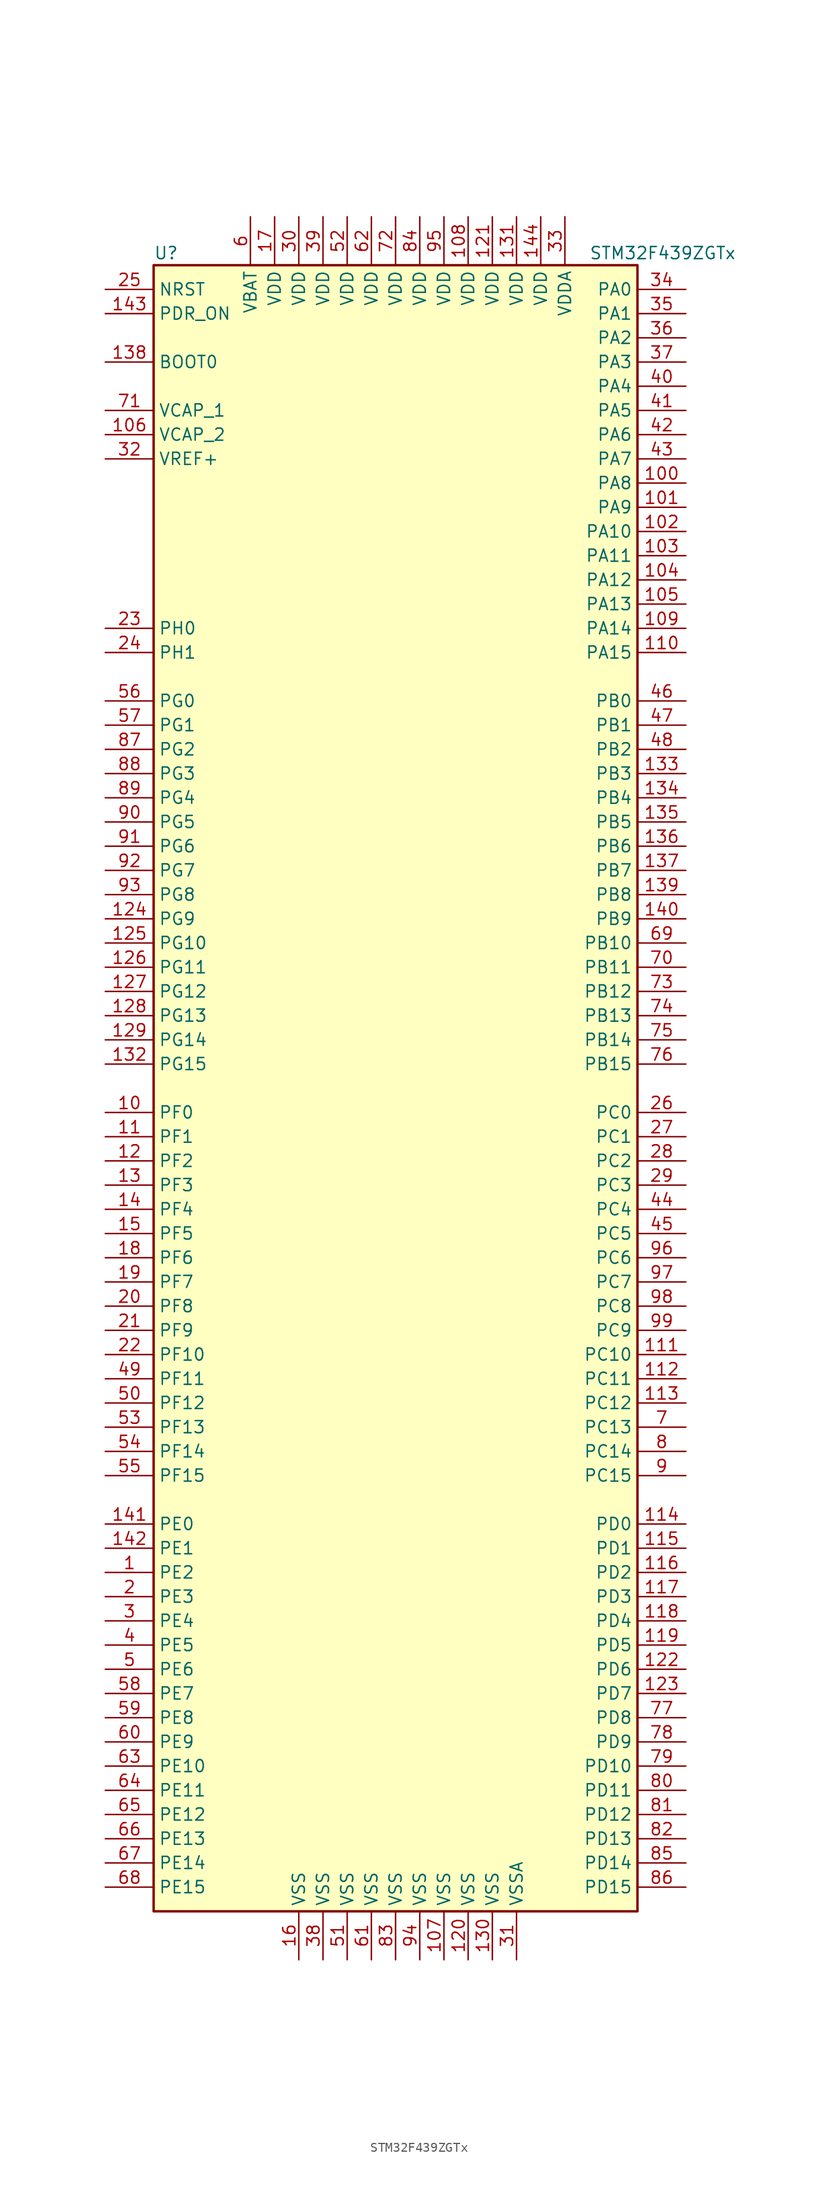
<source format=kicad_sym>
(kicad_symbol_lib
  (version 20201005)
  (generator kicad_symbol_editor)
  (symbol "STM32F439ZGTx"
    (property "Reference" "U"
      (at -25.4 87.63 0)
      (effects (font (size 1.27 1.27)) (justify left)))
    (property "Value" "STM32F439ZGTx"
      (at 20.32 87.63 0)
      (effects (font (size 1.27 1.27)) (justify left)))
    (symbol "STM32F439ZGTx_0_1"
      (rectangle (start -25.4 -86.36) (end 25.4 86.36) (stroke (width 0.254)) (fill (type background))))
    (symbol "STM32F439ZGTx_1_1"
      (pin bidirectional line (at -30.48 -50.8 0) (length 5.08) (name "PE2" (effects (font (size 1.27 1.27)))) (number "1" (effects (font (size 1.27 1.27)))))
      (pin bidirectional line (at -30.48 -2.54 0) (length 5.08) (name "PF0" (effects (font (size 1.27 1.27)))) (number "10" (effects (font (size 1.27 1.27)))))
      (pin bidirectional line (at 30.48 63.5 180) (length 5.08) (name "PA8" (effects (font (size 1.27 1.27)))) (number "100" (effects (font (size 1.27 1.27)))))
      (pin bidirectional line (at 30.48 60.96 180) (length 5.08) (name "PA9" (effects (font (size 1.27 1.27)))) (number "101" (effects (font (size 1.27 1.27)))))
      (pin bidirectional line (at 30.48 58.42 180) (length 5.08) (name "PA10" (effects (font (size 1.27 1.27)))) (number "102" (effects (font (size 1.27 1.27)))))
      (pin bidirectional line (at 30.48 55.88 180) (length 5.08) (name "PA11" (effects (font (size 1.27 1.27)))) (number "103" (effects (font (size 1.27 1.27)))))
      (pin bidirectional line (at 30.48 53.34 180) (length 5.08) (name "PA12" (effects (font (size 1.27 1.27)))) (number "104" (effects (font (size 1.27 1.27)))))
      (pin bidirectional line (at 30.48 50.8 180) (length 5.08) (name "PA13" (effects (font (size 1.27 1.27)))) (number "105" (effects (font (size 1.27 1.27)))))
      (pin power_in line (at -30.48 68.58 0) (length 5.08) (name "VCAP_2" (effects (font (size 1.27 1.27)))) (number "106" (effects (font (size 1.27 1.27)))))
      (pin power_in line (at 5.08 -91.44 90) (length 5.08) (name "VSS" (effects (font (size 1.27 1.27)))) (number "107" (effects (font (size 1.27 1.27)))))
      (pin power_in line (at 7.62 91.44 270) (length 5.08) (name "VDD" (effects (font (size 1.27 1.27)))) (number "108" (effects (font (size 1.27 1.27)))))
      (pin bidirectional line (at 30.48 48.26 180) (length 5.08) (name "PA14" (effects (font (size 1.27 1.27)))) (number "109" (effects (font (size 1.27 1.27)))))
      (pin bidirectional line (at -30.48 -5.08 0) (length 5.08) (name "PF1" (effects (font (size 1.27 1.27)))) (number "11" (effects (font (size 1.27 1.27)))))
      (pin bidirectional line (at 30.48 45.72 180) (length 5.08) (name "PA15" (effects (font (size 1.27 1.27)))) (number "110" (effects (font (size 1.27 1.27)))))
      (pin bidirectional line (at 30.48 -27.94 180) (length 5.08) (name "PC10" (effects (font (size 1.27 1.27)))) (number "111" (effects (font (size 1.27 1.27)))))
      (pin bidirectional line (at 30.48 -30.48 180) (length 5.08) (name "PC11" (effects (font (size 1.27 1.27)))) (number "112" (effects (font (size 1.27 1.27)))))
      (pin bidirectional line (at 30.48 -33.02 180) (length 5.08) (name "PC12" (effects (font (size 1.27 1.27)))) (number "113" (effects (font (size 1.27 1.27)))))
      (pin bidirectional line (at 30.48 -45.72 180) (length 5.08) (name "PD0" (effects (font (size 1.27 1.27)))) (number "114" (effects (font (size 1.27 1.27)))))
      (pin bidirectional line (at 30.48 -48.26 180) (length 5.08) (name "PD1" (effects (font (size 1.27 1.27)))) (number "115" (effects (font (size 1.27 1.27)))))
      (pin bidirectional line (at 30.48 -50.8 180) (length 5.08) (name "PD2" (effects (font (size 1.27 1.27)))) (number "116" (effects (font (size 1.27 1.27)))))
      (pin bidirectional line (at 30.48 -53.34 180) (length 5.08) (name "PD3" (effects (font (size 1.27 1.27)))) (number "117" (effects (font (size 1.27 1.27)))))
      (pin bidirectional line (at 30.48 -55.88 180) (length 5.08) (name "PD4" (effects (font (size 1.27 1.27)))) (number "118" (effects (font (size 1.27 1.27)))))
      (pin bidirectional line (at 30.48 -58.42 180) (length 5.08) (name "PD5" (effects (font (size 1.27 1.27)))) (number "119" (effects (font (size 1.27 1.27)))))
      (pin bidirectional line (at -30.48 -7.62 0) (length 5.08) (name "PF2" (effects (font (size 1.27 1.27)))) (number "12" (effects (font (size 1.27 1.27)))))
      (pin power_in line (at 7.62 -91.44 90) (length 5.08) (name "VSS" (effects (font (size 1.27 1.27)))) (number "120" (effects (font (size 1.27 1.27)))))
      (pin power_in line (at 10.16 91.44 270) (length 5.08) (name "VDD" (effects (font (size 1.27 1.27)))) (number "121" (effects (font (size 1.27 1.27)))))
      (pin bidirectional line (at 30.48 -60.96 180) (length 5.08) (name "PD6" (effects (font (size 1.27 1.27)))) (number "122" (effects (font (size 1.27 1.27)))))
      (pin bidirectional line (at 30.48 -63.5 180) (length 5.08) (name "PD7" (effects (font (size 1.27 1.27)))) (number "123" (effects (font (size 1.27 1.27)))))
      (pin bidirectional line (at -30.48 17.78 0) (length 5.08) (name "PG9" (effects (font (size 1.27 1.27)))) (number "124" (effects (font (size 1.27 1.27)))))
      (pin bidirectional line (at -30.48 15.24 0) (length 5.08) (name "PG10" (effects (font (size 1.27 1.27)))) (number "125" (effects (font (size 1.27 1.27)))))
      (pin bidirectional line (at -30.48 12.7 0) (length 5.08) (name "PG11" (effects (font (size 1.27 1.27)))) (number "126" (effects (font (size 1.27 1.27)))))
      (pin bidirectional line (at -30.48 10.16 0) (length 5.08) (name "PG12" (effects (font (size 1.27 1.27)))) (number "127" (effects (font (size 1.27 1.27)))))
      (pin bidirectional line (at -30.48 7.62 0) (length 5.08) (name "PG13" (effects (font (size 1.27 1.27)))) (number "128" (effects (font (size 1.27 1.27)))))
      (pin bidirectional line (at -30.48 5.08 0) (length 5.08) (name "PG14" (effects (font (size 1.27 1.27)))) (number "129" (effects (font (size 1.27 1.27)))))
      (pin bidirectional line (at -30.48 -10.16 0) (length 5.08) (name "PF3" (effects (font (size 1.27 1.27)))) (number "13" (effects (font (size 1.27 1.27)))))
      (pin power_in line (at 10.16 -91.44 90) (length 5.08) (name "VSS" (effects (font (size 1.27 1.27)))) (number "130" (effects (font (size 1.27 1.27)))))
      (pin power_in line (at 12.7 91.44 270) (length 5.08) (name "VDD" (effects (font (size 1.27 1.27)))) (number "131" (effects (font (size 1.27 1.27)))))
      (pin bidirectional line (at -30.48 2.54 0) (length 5.08) (name "PG15" (effects (font (size 1.27 1.27)))) (number "132" (effects (font (size 1.27 1.27)))))
      (pin bidirectional line (at 30.48 33.02 180) (length 5.08) (name "PB3" (effects (font (size 1.27 1.27)))) (number "133" (effects (font (size 1.27 1.27)))))
      (pin bidirectional line (at 30.48 30.48 180) (length 5.08) (name "PB4" (effects (font (size 1.27 1.27)))) (number "134" (effects (font (size 1.27 1.27)))))
      (pin bidirectional line (at 30.48 27.94 180) (length 5.08) (name "PB5" (effects (font (size 1.27 1.27)))) (number "135" (effects (font (size 1.27 1.27)))))
      (pin bidirectional line (at 30.48 25.4 180) (length 5.08) (name "PB6" (effects (font (size 1.27 1.27)))) (number "136" (effects (font (size 1.27 1.27)))))
      (pin bidirectional line (at 30.48 22.86 180) (length 5.08) (name "PB7" (effects (font (size 1.27 1.27)))) (number "137" (effects (font (size 1.27 1.27)))))
      (pin input line (at -30.48 76.2 0) (length 5.08) (name "BOOT0" (effects (font (size 1.27 1.27)))) (number "138" (effects (font (size 1.27 1.27)))))
      (pin bidirectional line (at 30.48 20.32 180) (length 5.08) (name "PB8" (effects (font (size 1.27 1.27)))) (number "139" (effects (font (size 1.27 1.27)))))
      (pin bidirectional line (at -30.48 -12.7 0) (length 5.08) (name "PF4" (effects (font (size 1.27 1.27)))) (number "14" (effects (font (size 1.27 1.27)))))
      (pin bidirectional line (at 30.48 17.78 180) (length 5.08) (name "PB9" (effects (font (size 1.27 1.27)))) (number "140" (effects (font (size 1.27 1.27)))))
      (pin bidirectional line (at -30.48 -45.72 0) (length 5.08) (name "PE0" (effects (font (size 1.27 1.27)))) (number "141" (effects (font (size 1.27 1.27)))))
      (pin bidirectional line (at -30.48 -48.26 0) (length 5.08) (name "PE1" (effects (font (size 1.27 1.27)))) (number "142" (effects (font (size 1.27 1.27)))))
      (pin input line (at -30.48 81.28 0) (length 5.08) (name "PDR_ON" (effects (font (size 1.27 1.27)))) (number "143" (effects (font (size 1.27 1.27)))))
      (pin power_in line (at 15.24 91.44 270) (length 5.08) (name "VDD" (effects (font (size 1.27 1.27)))) (number "144" (effects (font (size 1.27 1.27)))))
      (pin bidirectional line (at -30.48 -15.24 0) (length 5.08) (name "PF5" (effects (font (size 1.27 1.27)))) (number "15" (effects (font (size 1.27 1.27)))))
      (pin power_in line (at -10.16 -91.44 90) (length 5.08) (name "VSS" (effects (font (size 1.27 1.27)))) (number "16" (effects (font (size 1.27 1.27)))))
      (pin power_in line (at -12.7 91.44 270) (length 5.08) (name "VDD" (effects (font (size 1.27 1.27)))) (number "17" (effects (font (size 1.27 1.27)))))
      (pin bidirectional line (at -30.48 -17.78 0) (length 5.08) (name "PF6" (effects (font (size 1.27 1.27)))) (number "18" (effects (font (size 1.27 1.27)))))
      (pin bidirectional line (at -30.48 -20.32 0) (length 5.08) (name "PF7" (effects (font (size 1.27 1.27)))) (number "19" (effects (font (size 1.27 1.27)))))
      (pin bidirectional line (at -30.48 -53.34 0) (length 5.08) (name "PE3" (effects (font (size 1.27 1.27)))) (number "2" (effects (font (size 1.27 1.27)))))
      (pin bidirectional line (at -30.48 -22.86 0) (length 5.08) (name "PF8" (effects (font (size 1.27 1.27)))) (number "20" (effects (font (size 1.27 1.27)))))
      (pin bidirectional line (at -30.48 -25.4 0) (length 5.08) (name "PF9" (effects (font (size 1.27 1.27)))) (number "21" (effects (font (size 1.27 1.27)))))
      (pin bidirectional line (at -30.48 -27.94 0) (length 5.08) (name "PF10" (effects (font (size 1.27 1.27)))) (number "22" (effects (font (size 1.27 1.27)))))
      (pin input line (at -30.48 48.26 0) (length 5.08) (name "PH0" (effects (font (size 1.27 1.27)))) (number "23" (effects (font (size 1.27 1.27)))))
      (pin input line (at -30.48 45.72 0) (length 5.08) (name "PH1" (effects (font (size 1.27 1.27)))) (number "24" (effects (font (size 1.27 1.27)))))
      (pin input line (at -30.48 83.82 0) (length 5.08) (name "NRST" (effects (font (size 1.27 1.27)))) (number "25" (effects (font (size 1.27 1.27)))))
      (pin bidirectional line (at 30.48 -2.54 180) (length 5.08) (name "PC0" (effects (font (size 1.27 1.27)))) (number "26" (effects (font (size 1.27 1.27)))))
      (pin bidirectional line (at 30.48 -5.08 180) (length 5.08) (name "PC1" (effects (font (size 1.27 1.27)))) (number "27" (effects (font (size 1.27 1.27)))))
      (pin bidirectional line (at 30.48 -7.62 180) (length 5.08) (name "PC2" (effects (font (size 1.27 1.27)))) (number "28" (effects (font (size 1.27 1.27)))))
      (pin bidirectional line (at 30.48 -10.16 180) (length 5.08) (name "PC3" (effects (font (size 1.27 1.27)))) (number "29" (effects (font (size 1.27 1.27)))))
      (pin bidirectional line (at -30.48 -55.88 0) (length 5.08) (name "PE4" (effects (font (size 1.27 1.27)))) (number "3" (effects (font (size 1.27 1.27)))))
      (pin power_in line (at -10.16 91.44 270) (length 5.08) (name "VDD" (effects (font (size 1.27 1.27)))) (number "30" (effects (font (size 1.27 1.27)))))
      (pin power_in line (at 12.7 -91.44 90) (length 5.08) (name "VSSA" (effects (font (size 1.27 1.27)))) (number "31" (effects (font (size 1.27 1.27)))))
      (pin power_in line (at -30.48 66.04 0) (length 5.08) (name "VREF+" (effects (font (size 1.27 1.27)))) (number "32" (effects (font (size 1.27 1.27)))))
      (pin power_in line (at 17.78 91.44 270) (length 5.08) (name "VDDA" (effects (font (size 1.27 1.27)))) (number "33" (effects (font (size 1.27 1.27)))))
      (pin bidirectional line (at 30.48 83.82 180) (length 5.08) (name "PA0" (effects (font (size 1.27 1.27)))) (number "34" (effects (font (size 1.27 1.27)))))
      (pin bidirectional line (at 30.48 81.28 180) (length 5.08) (name "PA1" (effects (font (size 1.27 1.27)))) (number "35" (effects (font (size 1.27 1.27)))))
      (pin bidirectional line (at 30.48 78.74 180) (length 5.08) (name "PA2" (effects (font (size 1.27 1.27)))) (number "36" (effects (font (size 1.27 1.27)))))
      (pin bidirectional line (at 30.48 76.2 180) (length 5.08) (name "PA3" (effects (font (size 1.27 1.27)))) (number "37" (effects (font (size 1.27 1.27)))))
      (pin power_in line (at -7.62 -91.44 90) (length 5.08) (name "VSS" (effects (font (size 1.27 1.27)))) (number "38" (effects (font (size 1.27 1.27)))))
      (pin power_in line (at -7.62 91.44 270) (length 5.08) (name "VDD" (effects (font (size 1.27 1.27)))) (number "39" (effects (font (size 1.27 1.27)))))
      (pin bidirectional line (at -30.48 -58.42 0) (length 5.08) (name "PE5" (effects (font (size 1.27 1.27)))) (number "4" (effects (font (size 1.27 1.27)))))
      (pin bidirectional line (at 30.48 73.66 180) (length 5.08) (name "PA4" (effects (font (size 1.27 1.27)))) (number "40" (effects (font (size 1.27 1.27)))))
      (pin bidirectional line (at 30.48 71.12 180) (length 5.08) (name "PA5" (effects (font (size 1.27 1.27)))) (number "41" (effects (font (size 1.27 1.27)))))
      (pin bidirectional line (at 30.48 68.58 180) (length 5.08) (name "PA6" (effects (font (size 1.27 1.27)))) (number "42" (effects (font (size 1.27 1.27)))))
      (pin bidirectional line (at 30.48 66.04 180) (length 5.08) (name "PA7" (effects (font (size 1.27 1.27)))) (number "43" (effects (font (size 1.27 1.27)))))
      (pin bidirectional line (at 30.48 -12.7 180) (length 5.08) (name "PC4" (effects (font (size 1.27 1.27)))) (number "44" (effects (font (size 1.27 1.27)))))
      (pin bidirectional line (at 30.48 -15.24 180) (length 5.08) (name "PC5" (effects (font (size 1.27 1.27)))) (number "45" (effects (font (size 1.27 1.27)))))
      (pin bidirectional line (at 30.48 40.64 180) (length 5.08) (name "PB0" (effects (font (size 1.27 1.27)))) (number "46" (effects (font (size 1.27 1.27)))))
      (pin bidirectional line (at 30.48 38.1 180) (length 5.08) (name "PB1" (effects (font (size 1.27 1.27)))) (number "47" (effects (font (size 1.27 1.27)))))
      (pin bidirectional line (at 30.48 35.56 180) (length 5.08) (name "PB2" (effects (font (size 1.27 1.27)))) (number "48" (effects (font (size 1.27 1.27)))))
      (pin bidirectional line (at -30.48 -30.48 0) (length 5.08) (name "PF11" (effects (font (size 1.27 1.27)))) (number "49" (effects (font (size 1.27 1.27)))))
      (pin bidirectional line (at -30.48 -60.96 0) (length 5.08) (name "PE6" (effects (font (size 1.27 1.27)))) (number "5" (effects (font (size 1.27 1.27)))))
      (pin bidirectional line (at -30.48 -33.02 0) (length 5.08) (name "PF12" (effects (font (size 1.27 1.27)))) (number "50" (effects (font (size 1.27 1.27)))))
      (pin power_in line (at -5.08 -91.44 90) (length 5.08) (name "VSS" (effects (font (size 1.27 1.27)))) (number "51" (effects (font (size 1.27 1.27)))))
      (pin power_in line (at -5.08 91.44 270) (length 5.08) (name "VDD" (effects (font (size 1.27 1.27)))) (number "52" (effects (font (size 1.27 1.27)))))
      (pin bidirectional line (at -30.48 -35.56 0) (length 5.08) (name "PF13" (effects (font (size 1.27 1.27)))) (number "53" (effects (font (size 1.27 1.27)))))
      (pin bidirectional line (at -30.48 -38.1 0) (length 5.08) (name "PF14" (effects (font (size 1.27 1.27)))) (number "54" (effects (font (size 1.27 1.27)))))
      (pin bidirectional line (at -30.48 -40.64 0) (length 5.08) (name "PF15" (effects (font (size 1.27 1.27)))) (number "55" (effects (font (size 1.27 1.27)))))
      (pin bidirectional line (at -30.48 40.64 0) (length 5.08) (name "PG0" (effects (font (size 1.27 1.27)))) (number "56" (effects (font (size 1.27 1.27)))))
      (pin bidirectional line (at -30.48 38.1 0) (length 5.08) (name "PG1" (effects (font (size 1.27 1.27)))) (number "57" (effects (font (size 1.27 1.27)))))
      (pin bidirectional line (at -30.48 -63.5 0) (length 5.08) (name "PE7" (effects (font (size 1.27 1.27)))) (number "58" (effects (font (size 1.27 1.27)))))
      (pin bidirectional line (at -30.48 -66.04 0) (length 5.08) (name "PE8" (effects (font (size 1.27 1.27)))) (number "59" (effects (font (size 1.27 1.27)))))
      (pin power_in line (at -15.24 91.44 270) (length 5.08) (name "VBAT" (effects (font (size 1.27 1.27)))) (number "6" (effects (font (size 1.27 1.27)))))
      (pin bidirectional line (at -30.48 -68.58 0) (length 5.08) (name "PE9" (effects (font (size 1.27 1.27)))) (number "60" (effects (font (size 1.27 1.27)))))
      (pin power_in line (at -2.54 -91.44 90) (length 5.08) (name "VSS" (effects (font (size 1.27 1.27)))) (number "61" (effects (font (size 1.27 1.27)))))
      (pin power_in line (at -2.54 91.44 270) (length 5.08) (name "VDD" (effects (font (size 1.27 1.27)))) (number "62" (effects (font (size 1.27 1.27)))))
      (pin bidirectional line (at -30.48 -71.12 0) (length 5.08) (name "PE10" (effects (font (size 1.27 1.27)))) (number "63" (effects (font (size 1.27 1.27)))))
      (pin bidirectional line (at -30.48 -73.66 0) (length 5.08) (name "PE11" (effects (font (size 1.27 1.27)))) (number "64" (effects (font (size 1.27 1.27)))))
      (pin bidirectional line (at -30.48 -76.2 0) (length 5.08) (name "PE12" (effects (font (size 1.27 1.27)))) (number "65" (effects (font (size 1.27 1.27)))))
      (pin bidirectional line (at -30.48 -78.74 0) (length 5.08) (name "PE13" (effects (font (size 1.27 1.27)))) (number "66" (effects (font (size 1.27 1.27)))))
      (pin bidirectional line (at -30.48 -81.28 0) (length 5.08) (name "PE14" (effects (font (size 1.27 1.27)))) (number "67" (effects (font (size 1.27 1.27)))))
      (pin bidirectional line (at -30.48 -83.82 0) (length 5.08) (name "PE15" (effects (font (size 1.27 1.27)))) (number "68" (effects (font (size 1.27 1.27)))))
      (pin bidirectional line (at 30.48 15.24 180) (length 5.08) (name "PB10" (effects (font (size 1.27 1.27)))) (number "69" (effects (font (size 1.27 1.27)))))
      (pin bidirectional line (at 30.48 -35.56 180) (length 5.08) (name "PC13" (effects (font (size 1.27 1.27)))) (number "7" (effects (font (size 1.27 1.27)))))
      (pin bidirectional line (at 30.48 12.7 180) (length 5.08) (name "PB11" (effects (font (size 1.27 1.27)))) (number "70" (effects (font (size 1.27 1.27)))))
      (pin power_in line (at -30.48 71.12 0) (length 5.08) (name "VCAP_1" (effects (font (size 1.27 1.27)))) (number "71" (effects (font (size 1.27 1.27)))))
      (pin power_in line (at 0 91.44 270) (length 5.08) (name "VDD" (effects (font (size 1.27 1.27)))) (number "72" (effects (font (size 1.27 1.27)))))
      (pin bidirectional line (at 30.48 10.16 180) (length 5.08) (name "PB12" (effects (font (size 1.27 1.27)))) (number "73" (effects (font (size 1.27 1.27)))))
      (pin bidirectional line (at 30.48 7.62 180) (length 5.08) (name "PB13" (effects (font (size 1.27 1.27)))) (number "74" (effects (font (size 1.27 1.27)))))
      (pin bidirectional line (at 30.48 5.08 180) (length 5.08) (name "PB14" (effects (font (size 1.27 1.27)))) (number "75" (effects (font (size 1.27 1.27)))))
      (pin bidirectional line (at 30.48 2.54 180) (length 5.08) (name "PB15" (effects (font (size 1.27 1.27)))) (number "76" (effects (font (size 1.27 1.27)))))
      (pin bidirectional line (at 30.48 -66.04 180) (length 5.08) (name "PD8" (effects (font (size 1.27 1.27)))) (number "77" (effects (font (size 1.27 1.27)))))
      (pin bidirectional line (at 30.48 -68.58 180) (length 5.08) (name "PD9" (effects (font (size 1.27 1.27)))) (number "78" (effects (font (size 1.27 1.27)))))
      (pin bidirectional line (at 30.48 -71.12 180) (length 5.08) (name "PD10" (effects (font (size 1.27 1.27)))) (number "79" (effects (font (size 1.27 1.27)))))
      (pin bidirectional line (at 30.48 -38.1 180) (length 5.08) (name "PC14" (effects (font (size 1.27 1.27)))) (number "8" (effects (font (size 1.27 1.27)))))
      (pin bidirectional line (at 30.48 -73.66 180) (length 5.08) (name "PD11" (effects (font (size 1.27 1.27)))) (number "80" (effects (font (size 1.27 1.27)))))
      (pin bidirectional line (at 30.48 -76.2 180) (length 5.08) (name "PD12" (effects (font (size 1.27 1.27)))) (number "81" (effects (font (size 1.27 1.27)))))
      (pin bidirectional line (at 30.48 -78.74 180) (length 5.08) (name "PD13" (effects (font (size 1.27 1.27)))) (number "82" (effects (font (size 1.27 1.27)))))
      (pin power_in line (at 0 -91.44 90) (length 5.08) (name "VSS" (effects (font (size 1.27 1.27)))) (number "83" (effects (font (size 1.27 1.27)))))
      (pin power_in line (at 2.54 91.44 270) (length 5.08) (name "VDD" (effects (font (size 1.27 1.27)))) (number "84" (effects (font (size 1.27 1.27)))))
      (pin bidirectional line (at 30.48 -81.28 180) (length 5.08) (name "PD14" (effects (font (size 1.27 1.27)))) (number "85" (effects (font (size 1.27 1.27)))))
      (pin bidirectional line (at 30.48 -83.82 180) (length 5.08) (name "PD15" (effects (font (size 1.27 1.27)))) (number "86" (effects (font (size 1.27 1.27)))))
      (pin bidirectional line (at -30.48 35.56 0) (length 5.08) (name "PG2" (effects (font (size 1.27 1.27)))) (number "87" (effects (font (size 1.27 1.27)))))
      (pin bidirectional line (at -30.48 33.02 0) (length 5.08) (name "PG3" (effects (font (size 1.27 1.27)))) (number "88" (effects (font (size 1.27 1.27)))))
      (pin bidirectional line (at -30.48 30.48 0) (length 5.08) (name "PG4" (effects (font (size 1.27 1.27)))) (number "89" (effects (font (size 1.27 1.27)))))
      (pin bidirectional line (at 30.48 -40.64 180) (length 5.08) (name "PC15" (effects (font (size 1.27 1.27)))) (number "9" (effects (font (size 1.27 1.27)))))
      (pin bidirectional line (at -30.48 27.94 0) (length 5.08) (name "PG5" (effects (font (size 1.27 1.27)))) (number "90" (effects (font (size 1.27 1.27)))))
      (pin bidirectional line (at -30.48 25.4 0) (length 5.08) (name "PG6" (effects (font (size 1.27 1.27)))) (number "91" (effects (font (size 1.27 1.27)))))
      (pin bidirectional line (at -30.48 22.86 0) (length 5.08) (name "PG7" (effects (font (size 1.27 1.27)))) (number "92" (effects (font (size 1.27 1.27)))))
      (pin bidirectional line (at -30.48 20.32 0) (length 5.08) (name "PG8" (effects (font (size 1.27 1.27)))) (number "93" (effects (font (size 1.27 1.27)))))
      (pin power_in line (at 2.54 -91.44 90) (length 5.08) (name "VSS" (effects (font (size 1.27 1.27)))) (number "94" (effects (font (size 1.27 1.27)))))
      (pin power_in line (at 5.08 91.44 270) (length 5.08) (name "VDD" (effects (font (size 1.27 1.27)))) (number "95" (effects (font (size 1.27 1.27)))))
      (pin bidirectional line (at 30.48 -17.78 180) (length 5.08) (name "PC6" (effects (font (size 1.27 1.27)))) (number "96" (effects (font (size 1.27 1.27)))))
      (pin bidirectional line (at 30.48 -20.32 180) (length 5.08) (name "PC7" (effects (font (size 1.27 1.27)))) (number "97" (effects (font (size 1.27 1.27)))))
      (pin bidirectional line (at 30.48 -22.86 180) (length 5.08) (name "PC8" (effects (font (size 1.27 1.27)))) (number "98" (effects (font (size 1.27 1.27)))))
      (pin bidirectional line (at 30.48 -25.4 180) (length 5.08) (name "PC9" (effects (font (size 1.27 1.27)))) (number "99" (effects (font (size 1.27 1.27))))))))
</source>
